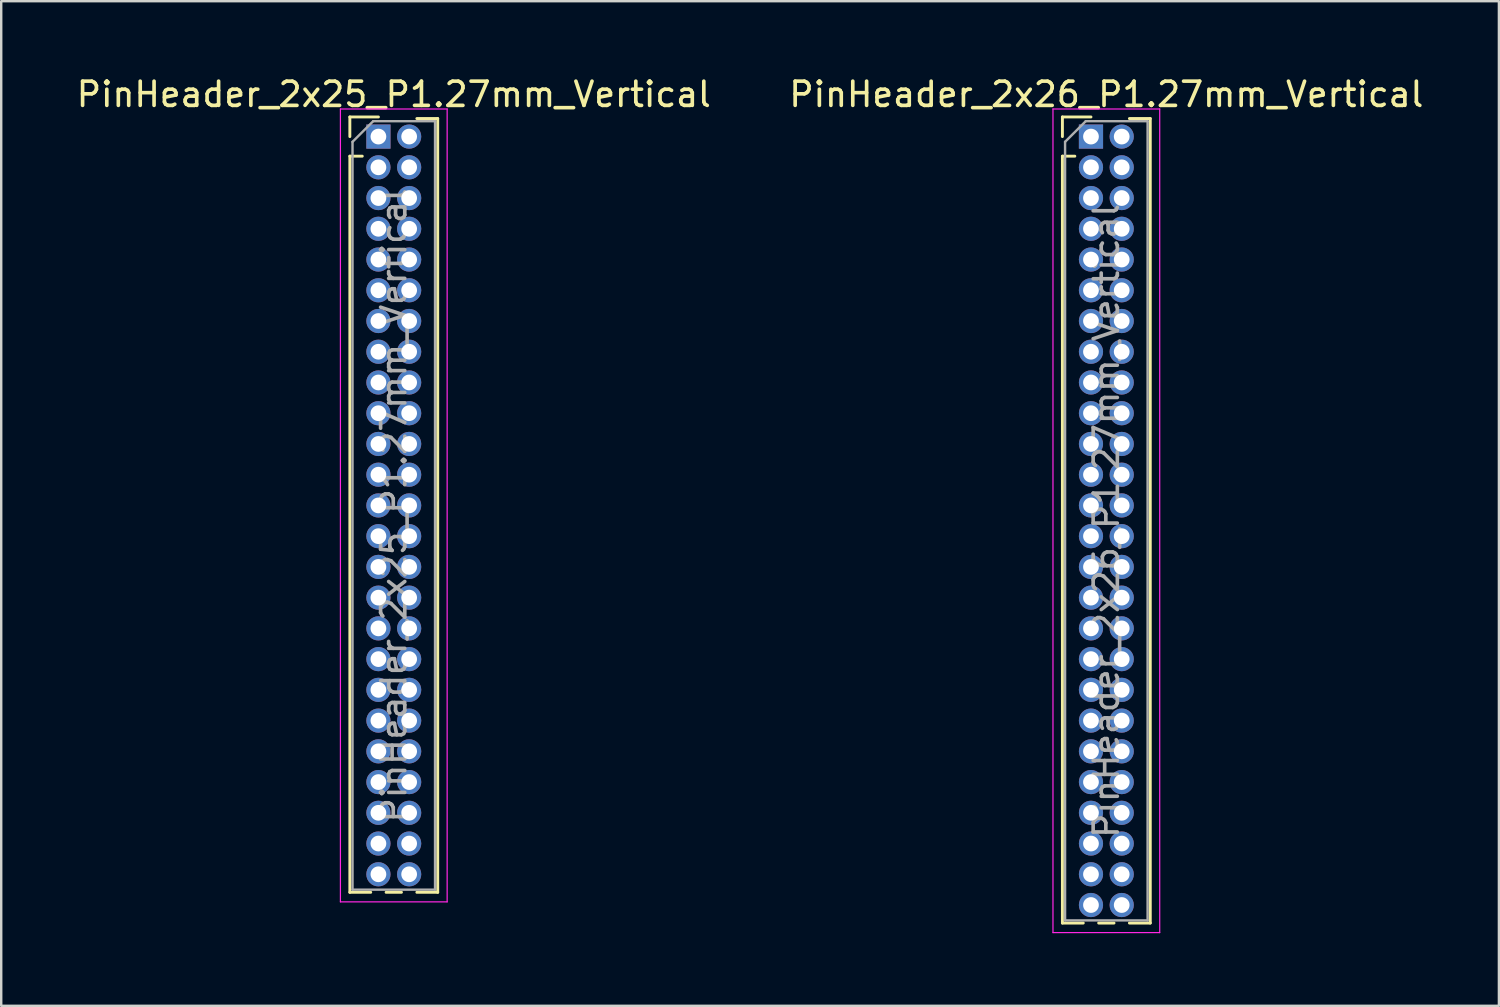
<source format=kicad_pcb>
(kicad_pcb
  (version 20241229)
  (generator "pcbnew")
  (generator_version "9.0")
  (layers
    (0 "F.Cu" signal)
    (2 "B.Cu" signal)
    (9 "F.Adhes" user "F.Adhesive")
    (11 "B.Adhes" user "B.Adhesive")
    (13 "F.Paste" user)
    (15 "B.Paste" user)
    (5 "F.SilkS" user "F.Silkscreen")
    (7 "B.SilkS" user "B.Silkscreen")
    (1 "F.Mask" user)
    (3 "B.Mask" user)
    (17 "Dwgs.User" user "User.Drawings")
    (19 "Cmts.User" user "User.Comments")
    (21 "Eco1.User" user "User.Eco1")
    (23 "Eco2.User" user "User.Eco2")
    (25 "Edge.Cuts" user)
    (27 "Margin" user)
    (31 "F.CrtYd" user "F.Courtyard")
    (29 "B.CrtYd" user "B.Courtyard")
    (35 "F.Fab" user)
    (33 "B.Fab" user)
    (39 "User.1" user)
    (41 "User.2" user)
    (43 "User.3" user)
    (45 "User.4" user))
  (footprint "PinHeader_2x26_P1.27mm_Vertical"
    (layer "F.Cu")
    (at 42.026 2.593)
    (property "Reference" "PinHeader_2x26_P1.27mm_Vertical" (at 0.635 -1.745 0) (layer "F.SilkS") (effects (font (size 1 1) (thickness 0.15))))
    (attr through_hole)
    (fp_line (start -1.18 -0.81) (end 0 -0.81) (stroke (width 0.12) (type solid)) (layer "F.SilkS"))
    (fp_line (start -1.18 0) (end -1.18 -0.81) (stroke (width 0.12) (type solid)) (layer "F.SilkS"))
    (fp_line (start -1.18 0.81) (end -1.18 32.495) (stroke (width 0.12) (type solid)) (layer "F.SilkS"))
    (fp_line (start -1.18 0.81) (end -0.667 0.81) (stroke (width 0.12) (type solid)) (layer "F.SilkS"))
    (fp_line (start -1.18 32.495) (end -0.318 32.495) (stroke (width 0.12) (type solid)) (layer "F.SilkS"))
    (fp_line (start 0.318 32.495) (end 0.952 32.495) (stroke (width 0.12) (type solid)) (layer "F.SilkS"))
    (fp_line (start 1.588 -0.745) (end 2.45 -0.745) (stroke (width 0.12) (type solid)) (layer "F.SilkS"))
    (fp_line (start 1.588 32.495) (end 2.45 32.495) (stroke (width 0.12) (type solid)) (layer "F.SilkS"))
    (fp_line (start 2.45 -0.745) (end 2.45 32.495) (stroke (width 0.12) (type solid)) (layer "F.SilkS"))
    (fp_line (start -1.57 -1.14) (end -1.57 32.89) (stroke (width 0.05) (type solid)) (layer "F.CrtYd"))
    (fp_line (start -1.57 32.89) (end 2.84 32.89) (stroke (width 0.05) (type solid)) (layer "F.CrtYd"))
    (fp_line (start 2.84 -1.14) (end -1.57 -1.14) (stroke (width 0.05) (type solid)) (layer "F.CrtYd"))
    (fp_line (start 2.84 32.89) (end 2.84 -1.14) (stroke (width 0.05) (type solid)) (layer "F.CrtYd"))
    (fp_line (start -1.07 0.217) (end -0.217 -0.635) (stroke (width 0.1) (type solid)) (layer "F.Fab"))
    (fp_line (start -1.07 32.385) (end -1.07 0.217) (stroke (width 0.1) (type solid)) (layer "F.Fab"))
    (fp_line (start -0.217 -0.635) (end 2.34 -0.635) (stroke (width 0.1) (type solid)) (layer "F.Fab"))
    (fp_line (start 2.34 -0.635) (end 2.34 32.385) (stroke (width 0.1) (type solid)) (layer "F.Fab"))
    (fp_line (start 2.34 32.385) (end -1.07 32.385) (stroke (width 0.1) (type solid)) (layer "F.Fab"))
    (fp_text user "${REFERENCE}" (at 0.635 15.875 90) (layer "F.Fab") (effects (font (size 1 1) (thickness 0.15))))
    (pad "1" thru_hole rect (at 0 0) (size 1 1) (drill 0.65) (layers "*.Cu" "*.Mask"))
    (pad "2" thru_hole circle (at 1.27 0) (size 1 1) (drill 0.65) (layers "*.Cu" "*.Mask"))
    (pad "3" thru_hole circle (at 0 1.27) (size 1 1) (drill 0.65) (layers "*.Cu" "*.Mask"))
    (pad "4" thru_hole circle (at 1.27 1.27) (size 1 1) (drill 0.65) (layers "*.Cu" "*.Mask"))
    (pad "5" thru_hole circle (at 0 2.54) (size 1 1) (drill 0.65) (layers "*.Cu" "*.Mask"))
    (pad "6" thru_hole circle (at 1.27 2.54) (size 1 1) (drill 0.65) (layers "*.Cu" "*.Mask"))
    (pad "7" thru_hole circle (at 0 3.81) (size 1 1) (drill 0.65) (layers "*.Cu" "*.Mask"))
    (pad "8" thru_hole circle (at 1.27 3.81) (size 1 1) (drill 0.65) (layers "*.Cu" "*.Mask"))
    (pad "9" thru_hole circle (at 0 5.08) (size 1 1) (drill 0.65) (layers "*.Cu" "*.Mask"))
    (pad "10" thru_hole circle (at 1.27 5.08) (size 1 1) (drill 0.65) (layers "*.Cu" "*.Mask"))
    (pad "11" thru_hole circle (at 0 6.35) (size 1 1) (drill 0.65) (layers "*.Cu" "*.Mask"))
    (pad "12" thru_hole circle (at 1.27 6.35) (size 1 1) (drill 0.65) (layers "*.Cu" "*.Mask"))
    (pad "13" thru_hole circle (at 0 7.62) (size 1 1) (drill 0.65) (layers "*.Cu" "*.Mask"))
    (pad "14" thru_hole circle (at 1.27 7.62) (size 1 1) (drill 0.65) (layers "*.Cu" "*.Mask"))
    (pad "15" thru_hole circle (at 0 8.89) (size 1 1) (drill 0.65) (layers "*.Cu" "*.Mask"))
    (pad "16" thru_hole circle (at 1.27 8.89) (size 1 1) (drill 0.65) (layers "*.Cu" "*.Mask"))
    (pad "17" thru_hole circle (at 0 10.16) (size 1 1) (drill 0.65) (layers "*.Cu" "*.Mask"))
    (pad "18" thru_hole circle (at 1.27 10.16) (size 1 1) (drill 0.65) (layers "*.Cu" "*.Mask"))
    (pad "19" thru_hole circle (at 0 11.43) (size 1 1) (drill 0.65) (layers "*.Cu" "*.Mask"))
    (pad "20" thru_hole circle (at 1.27 11.43) (size 1 1) (drill 0.65) (layers "*.Cu" "*.Mask"))
    (pad "21" thru_hole circle (at 0 12.7) (size 1 1) (drill 0.65) (layers "*.Cu" "*.Mask"))
    (pad "22" thru_hole circle (at 1.27 12.7) (size 1 1) (drill 0.65) (layers "*.Cu" "*.Mask"))
    (pad "23" thru_hole circle (at 0 13.97) (size 1 1) (drill 0.65) (layers "*.Cu" "*.Mask"))
    (pad "24" thru_hole circle (at 1.27 13.97) (size 1 1) (drill 0.65) (layers "*.Cu" "*.Mask"))
    (pad "25" thru_hole circle (at 0 15.24) (size 1 1) (drill 0.65) (layers "*.Cu" "*.Mask"))
    (pad "26" thru_hole circle (at 1.27 15.24) (size 1 1) (drill 0.65) (layers "*.Cu" "*.Mask"))
    (pad "27" thru_hole circle (at 0 16.51) (size 1 1) (drill 0.65) (layers "*.Cu" "*.Mask"))
    (pad "28" thru_hole circle (at 1.27 16.51) (size 1 1) (drill 0.65) (layers "*.Cu" "*.Mask"))
    (pad "29" thru_hole circle (at 0 17.78) (size 1 1) (drill 0.65) (layers "*.Cu" "*.Mask"))
    (pad "30" thru_hole circle (at 1.27 17.78) (size 1 1) (drill 0.65) (layers "*.Cu" "*.Mask"))
    (pad "31" thru_hole circle (at 0 19.05) (size 1 1) (drill 0.65) (layers "*.Cu" "*.Mask"))
    (pad "32" thru_hole circle (at 1.27 19.05) (size 1 1) (drill 0.65) (layers "*.Cu" "*.Mask"))
    (pad "33" thru_hole circle (at 0 20.32) (size 1 1) (drill 0.65) (layers "*.Cu" "*.Mask"))
    (pad "34" thru_hole circle (at 1.27 20.32) (size 1 1) (drill 0.65) (layers "*.Cu" "*.Mask"))
    (pad "35" thru_hole circle (at 0 21.59) (size 1 1) (drill 0.65) (layers "*.Cu" "*.Mask"))
    (pad "36" thru_hole circle (at 1.27 21.59) (size 1 1) (drill 0.65) (layers "*.Cu" "*.Mask"))
    (pad "37" thru_hole circle (at 0 22.86) (size 1 1) (drill 0.65) (layers "*.Cu" "*.Mask"))
    (pad "38" thru_hole circle (at 1.27 22.86) (size 1 1) (drill 0.65) (layers "*.Cu" "*.Mask"))
    (pad "39" thru_hole circle (at 0 24.13) (size 1 1) (drill 0.65) (layers "*.Cu" "*.Mask"))
    (pad "40" thru_hole circle (at 1.27 24.13) (size 1 1) (drill 0.65) (layers "*.Cu" "*.Mask"))
    (pad "41" thru_hole circle (at 0 25.4) (size 1 1) (drill 0.65) (layers "*.Cu" "*.Mask"))
    (pad "42" thru_hole circle (at 1.27 25.4) (size 1 1) (drill 0.65) (layers "*.Cu" "*.Mask"))
    (pad "43" thru_hole circle (at 0 26.67) (size 1 1) (drill 0.65) (layers "*.Cu" "*.Mask"))
    (pad "44" thru_hole circle (at 1.27 26.67) (size 1 1) (drill 0.65) (layers "*.Cu" "*.Mask"))
    (pad "45" thru_hole circle (at 0 27.94) (size 1 1) (drill 0.65) (layers "*.Cu" "*.Mask"))
    (pad "46" thru_hole circle (at 1.27 27.94) (size 1 1) (drill 0.65) (layers "*.Cu" "*.Mask"))
    (pad "47" thru_hole circle (at 0 29.21) (size 1 1) (drill 0.65) (layers "*.Cu" "*.Mask"))
    (pad "48" thru_hole circle (at 1.27 29.21) (size 1 1) (drill 0.65) (layers "*.Cu" "*.Mask"))
    (pad "49" thru_hole circle (at 0 30.48) (size 1 1) (drill 0.65) (layers "*.Cu" "*.Mask"))
    (pad "50" thru_hole circle (at 1.27 30.48) (size 1 1) (drill 0.65) (layers "*.Cu" "*.Mask"))
    (pad "51" thru_hole circle (at 0 31.75) (size 1 1) (drill 0.65) (layers "*.Cu" "*.Mask"))
    (pad "52" thru_hole circle (at 1.27 31.75) (size 1 1) (drill 0.65) (layers "*.Cu" "*.Mask")))
  (footprint "PinHeader_2x25_P1.27mm_Vertical"
    (layer "F.Cu")
    (at 12.585 2.593)
    (property "Reference" "PinHeader_2x25_P1.27mm_Vertical" (at 0.635 -1.745 0) (layer "F.SilkS") (effects (font (size 1 1) (thickness 0.15))))
    (attr through_hole)
    (fp_line (start -1.18 -0.81) (end 0 -0.81) (stroke (width 0.12) (type solid)) (layer "F.SilkS"))
    (fp_line (start -1.18 0) (end -1.18 -0.81) (stroke (width 0.12) (type solid)) (layer "F.SilkS"))
    (fp_line (start -1.18 0.81) (end -1.18 31.225) (stroke (width 0.12) (type solid)) (layer "F.SilkS"))
    (fp_line (start -1.18 0.81) (end -0.667 0.81) (stroke (width 0.12) (type solid)) (layer "F.SilkS"))
    (fp_line (start -1.18 31.225) (end -0.318 31.225) (stroke (width 0.12) (type solid)) (layer "F.SilkS"))
    (fp_line (start 0.318 31.225) (end 0.952 31.225) (stroke (width 0.12) (type solid)) (layer "F.SilkS"))
    (fp_line (start 1.588 -0.745) (end 2.45 -0.745) (stroke (width 0.12) (type solid)) (layer "F.SilkS"))
    (fp_line (start 1.588 31.225) (end 2.45 31.225) (stroke (width 0.12) (type solid)) (layer "F.SilkS"))
    (fp_line (start 2.45 -0.745) (end 2.45 31.225) (stroke (width 0.12) (type solid)) (layer "F.SilkS"))
    (fp_line (start -1.57 -1.14) (end -1.57 31.62) (stroke (width 0.05) (type solid)) (layer "F.CrtYd"))
    (fp_line (start -1.57 31.62) (end 2.84 31.62) (stroke (width 0.05) (type solid)) (layer "F.CrtYd"))
    (fp_line (start 2.84 -1.14) (end -1.57 -1.14) (stroke (width 0.05) (type solid)) (layer "F.CrtYd"))
    (fp_line (start 2.84 31.62) (end 2.84 -1.14) (stroke (width 0.05) (type solid)) (layer "F.CrtYd"))
    (fp_line (start -1.07 0.217) (end -0.217 -0.635) (stroke (width 0.1) (type solid)) (layer "F.Fab"))
    (fp_line (start -1.07 31.115) (end -1.07 0.217) (stroke (width 0.1) (type solid)) (layer "F.Fab"))
    (fp_line (start -0.217 -0.635) (end 2.34 -0.635) (stroke (width 0.1) (type solid)) (layer "F.Fab"))
    (fp_line (start 2.34 -0.635) (end 2.34 31.115) (stroke (width 0.1) (type solid)) (layer "F.Fab"))
    (fp_line (start 2.34 31.115) (end -1.07 31.115) (stroke (width 0.1) (type solid)) (layer "F.Fab"))
    (fp_text user "${REFERENCE}" (at 0.635 15.24 90) (layer "F.Fab") (effects (font (size 1 1) (thickness 0.15))))
    (pad "1" thru_hole rect (at 0 0) (size 1 1) (drill 0.65) (layers "*.Cu" "*.Mask"))
    (pad "2" thru_hole circle (at 1.27 0) (size 1 1) (drill 0.65) (layers "*.Cu" "*.Mask"))
    (pad "3" thru_hole circle (at 0 1.27) (size 1 1) (drill 0.65) (layers "*.Cu" "*.Mask"))
    (pad "4" thru_hole circle (at 1.27 1.27) (size 1 1) (drill 0.65) (layers "*.Cu" "*.Mask"))
    (pad "5" thru_hole circle (at 0 2.54) (size 1 1) (drill 0.65) (layers "*.Cu" "*.Mask"))
    (pad "6" thru_hole circle (at 1.27 2.54) (size 1 1) (drill 0.65) (layers "*.Cu" "*.Mask"))
    (pad "7" thru_hole circle (at 0 3.81) (size 1 1) (drill 0.65) (layers "*.Cu" "*.Mask"))
    (pad "8" thru_hole circle (at 1.27 3.81) (size 1 1) (drill 0.65) (layers "*.Cu" "*.Mask"))
    (pad "9" thru_hole circle (at 0 5.08) (size 1 1) (drill 0.65) (layers "*.Cu" "*.Mask"))
    (pad "10" thru_hole circle (at 1.27 5.08) (size 1 1) (drill 0.65) (layers "*.Cu" "*.Mask"))
    (pad "11" thru_hole circle (at 0 6.35) (size 1 1) (drill 0.65) (layers "*.Cu" "*.Mask"))
    (pad "12" thru_hole circle (at 1.27 6.35) (size 1 1) (drill 0.65) (layers "*.Cu" "*.Mask"))
    (pad "13" thru_hole circle (at 0 7.62) (size 1 1) (drill 0.65) (layers "*.Cu" "*.Mask"))
    (pad "14" thru_hole circle (at 1.27 7.62) (size 1 1) (drill 0.65) (layers "*.Cu" "*.Mask"))
    (pad "15" thru_hole circle (at 0 8.89) (size 1 1) (drill 0.65) (layers "*.Cu" "*.Mask"))
    (pad "16" thru_hole circle (at 1.27 8.89) (size 1 1) (drill 0.65) (layers "*.Cu" "*.Mask"))
    (pad "17" thru_hole circle (at 0 10.16) (size 1 1) (drill 0.65) (layers "*.Cu" "*.Mask"))
    (pad "18" thru_hole circle (at 1.27 10.16) (size 1 1) (drill 0.65) (layers "*.Cu" "*.Mask"))
    (pad "19" thru_hole circle (at 0 11.43) (size 1 1) (drill 0.65) (layers "*.Cu" "*.Mask"))
    (pad "20" thru_hole circle (at 1.27 11.43) (size 1 1) (drill 0.65) (layers "*.Cu" "*.Mask"))
    (pad "21" thru_hole circle (at 0 12.7) (size 1 1) (drill 0.65) (layers "*.Cu" "*.Mask"))
    (pad "22" thru_hole circle (at 1.27 12.7) (size 1 1) (drill 0.65) (layers "*.Cu" "*.Mask"))
    (pad "23" thru_hole circle (at 0 13.97) (size 1 1) (drill 0.65) (layers "*.Cu" "*.Mask"))
    (pad "24" thru_hole circle (at 1.27 13.97) (size 1 1) (drill 0.65) (layers "*.Cu" "*.Mask"))
    (pad "25" thru_hole circle (at 0 15.24) (size 1 1) (drill 0.65) (layers "*.Cu" "*.Mask"))
    (pad "26" thru_hole circle (at 1.27 15.24) (size 1 1) (drill 0.65) (layers "*.Cu" "*.Mask"))
    (pad "27" thru_hole circle (at 0 16.51) (size 1 1) (drill 0.65) (layers "*.Cu" "*.Mask"))
    (pad "28" thru_hole circle (at 1.27 16.51) (size 1 1) (drill 0.65) (layers "*.Cu" "*.Mask"))
    (pad "29" thru_hole circle (at 0 17.78) (size 1 1) (drill 0.65) (layers "*.Cu" "*.Mask"))
    (pad "30" thru_hole circle (at 1.27 17.78) (size 1 1) (drill 0.65) (layers "*.Cu" "*.Mask"))
    (pad "31" thru_hole circle (at 0 19.05) (size 1 1) (drill 0.65) (layers "*.Cu" "*.Mask"))
    (pad "32" thru_hole circle (at 1.27 19.05) (size 1 1) (drill 0.65) (layers "*.Cu" "*.Mask"))
    (pad "33" thru_hole circle (at 0 20.32) (size 1 1) (drill 0.65) (layers "*.Cu" "*.Mask"))
    (pad "34" thru_hole circle (at 1.27 20.32) (size 1 1) (drill 0.65) (layers "*.Cu" "*.Mask"))
    (pad "35" thru_hole circle (at 0 21.59) (size 1 1) (drill 0.65) (layers "*.Cu" "*.Mask"))
    (pad "36" thru_hole circle (at 1.27 21.59) (size 1 1) (drill 0.65) (layers "*.Cu" "*.Mask"))
    (pad "37" thru_hole circle (at 0 22.86) (size 1 1) (drill 0.65) (layers "*.Cu" "*.Mask"))
    (pad "38" thru_hole circle (at 1.27 22.86) (size 1 1) (drill 0.65) (layers "*.Cu" "*.Mask"))
    (pad "39" thru_hole circle (at 0 24.13) (size 1 1) (drill 0.65) (layers "*.Cu" "*.Mask"))
    (pad "40" thru_hole circle (at 1.27 24.13) (size 1 1) (drill 0.65) (layers "*.Cu" "*.Mask"))
    (pad "41" thru_hole circle (at 0 25.4) (size 1 1) (drill 0.65) (layers "*.Cu" "*.Mask"))
    (pad "42" thru_hole circle (at 1.27 25.4) (size 1 1) (drill 0.65) (layers "*.Cu" "*.Mask"))
    (pad "43" thru_hole circle (at 0 26.67) (size 1 1) (drill 0.65) (layers "*.Cu" "*.Mask"))
    (pad "44" thru_hole circle (at 1.27 26.67) (size 1 1) (drill 0.65) (layers "*.Cu" "*.Mask"))
    (pad "45" thru_hole circle (at 0 27.94) (size 1 1) (drill 0.65) (layers "*.Cu" "*.Mask"))
    (pad "46" thru_hole circle (at 1.27 27.94) (size 1 1) (drill 0.65) (layers "*.Cu" "*.Mask"))
    (pad "47" thru_hole circle (at 0 29.21) (size 1 1) (drill 0.65) (layers "*.Cu" "*.Mask"))
    (pad "48" thru_hole circle (at 1.27 29.21) (size 1 1) (drill 0.65) (layers "*.Cu" "*.Mask"))
    (pad "49" thru_hole circle (at 0 30.48) (size 1 1) (drill 0.65) (layers "*.Cu" "*.Mask"))
    (pad "50" thru_hole circle (at 1.27 30.48) (size 1 1) (drill 0.65) (layers "*.Cu" "*.Mask")))
  (gr_rect
    (start -3 -3)
    (end 58.881 38.508)
    (stroke (width 0.1) (type default))
    (fill no)
    (layer "Edge.Cuts")))
</source>
